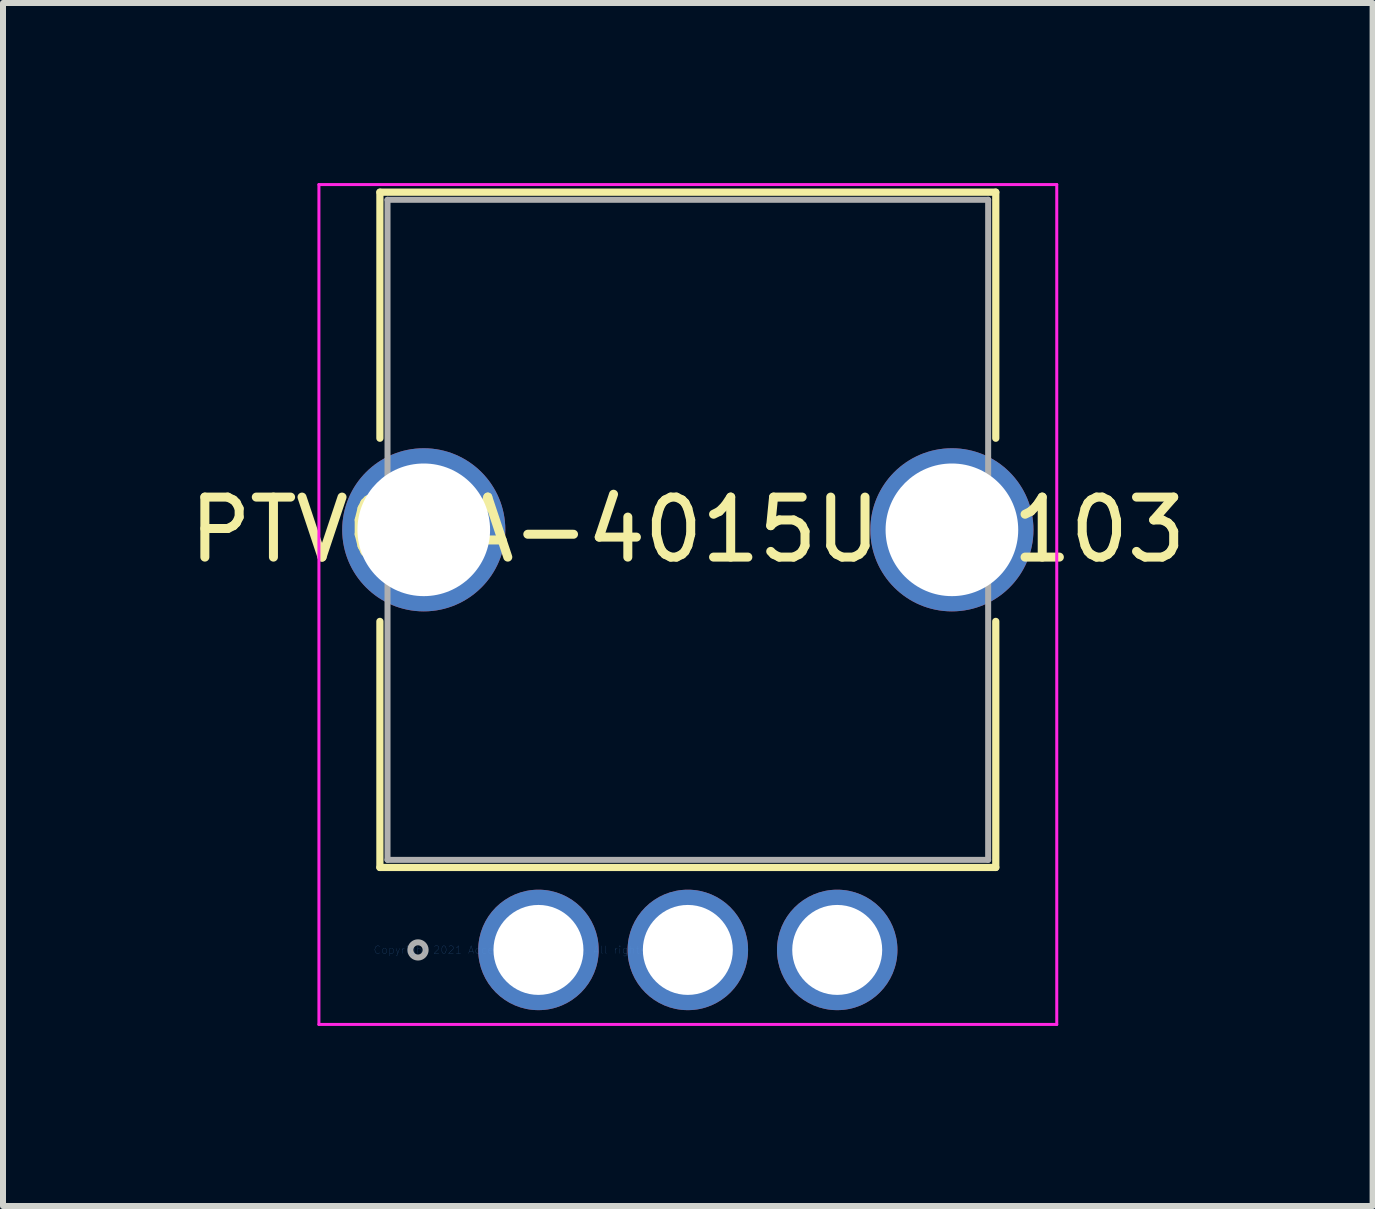
<source format=kicad_pcb>
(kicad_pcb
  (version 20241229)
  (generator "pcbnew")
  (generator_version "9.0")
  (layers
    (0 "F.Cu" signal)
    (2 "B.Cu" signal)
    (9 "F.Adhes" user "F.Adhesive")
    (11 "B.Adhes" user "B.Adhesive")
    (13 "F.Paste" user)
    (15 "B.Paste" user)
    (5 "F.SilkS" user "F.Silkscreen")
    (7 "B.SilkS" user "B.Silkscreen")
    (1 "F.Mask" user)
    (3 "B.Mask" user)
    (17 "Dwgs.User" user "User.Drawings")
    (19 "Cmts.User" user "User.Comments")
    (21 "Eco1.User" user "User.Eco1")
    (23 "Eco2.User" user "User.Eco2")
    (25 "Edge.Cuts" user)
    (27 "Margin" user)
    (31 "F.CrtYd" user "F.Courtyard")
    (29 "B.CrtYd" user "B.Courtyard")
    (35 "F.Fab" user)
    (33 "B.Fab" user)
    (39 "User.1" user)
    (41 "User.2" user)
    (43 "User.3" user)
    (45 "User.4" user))
  (footprint "PTV09A-4015U-B103"
    (layer "F.Cu")
    (at 5.922 12.778)
    (property "Reference" "PTV09A-4015U-B103" (at 2.489 -7 0) (layer "F.SilkS") (effects (font (size 1 1) (thickness 0.15))))
    (attr through_hole)
    (fp_line (start -2.642 -12.626) (end 7.62 -12.626) (stroke (width 0.12) (type solid)) (layer "F.SilkS"))
    (fp_line (start -2.642 -8.526) (end -2.642 -12.626) (stroke (width 0.12) (type solid)) (layer "F.SilkS"))
    (fp_line (start -2.642 -1.374) (end -2.642 -5.474) (stroke (width 0.12) (type solid)) (layer "F.SilkS"))
    (fp_line (start 7.62 -12.626) (end 7.62 -8.526) (stroke (width 0.12) (type solid)) (layer "F.SilkS"))
    (fp_line (start 7.62 -5.474) (end 7.62 -1.374) (stroke (width 0.12) (type solid)) (layer "F.SilkS"))
    (fp_line (start 7.62 -1.374) (end -2.642 -1.374) (stroke (width 0.12) (type solid)) (layer "F.SilkS"))
    (fp_line (start -3.658 -12.753) (end 8.636 -12.753) (stroke (width 0.05) (type solid)) (layer "F.CrtYd"))
    (fp_line (start -3.658 1.242) (end -3.658 -12.753) (stroke (width 0.05) (type solid)) (layer "F.CrtYd"))
    (fp_line (start 8.636 -12.753) (end 8.636 1.242) (stroke (width 0.05) (type solid)) (layer "F.CrtYd"))
    (fp_line (start 8.636 1.242) (end -3.658 1.242) (stroke (width 0.05) (type solid)) (layer "F.CrtYd"))
    (fp_line (start -2.515 -12.499) (end 7.493 -12.499) (stroke (width 0.1) (type solid)) (layer "F.Fab"))
    (fp_line (start -2.515 -1.501) (end -2.515 -12.499) (stroke (width 0.1) (type solid)) (layer "F.Fab"))
    (fp_line (start 7.493 -12.499) (end 7.493 -1.501) (stroke (width 0.1) (type solid)) (layer "F.Fab"))
    (fp_line (start 7.493 -1.501) (end -2.515 -1.501) (stroke (width 0.1) (type solid)) (layer "F.Fab"))
    (fp_circle (center -2.007 0) (end -1.88 0) (stroke (width 0.1) (type solid)) (fill no) (layer "F.Fab"))
    (fp_text user "*" (at 0 0 0) (layer "F.SilkS") (effects (font (size 1 1) (thickness 0.15))))
    (fp_text user "Copyright 2021 Accelerated Designs. All rights reserved." (at 0 0 0) (layer "Cmts.User") (effects (font (size 0.127 0.127) (thickness 0.002))))
    (fp_text user "*" (at 0 0 0) (layer "F.Fab") (effects (font (size 1 1) (thickness 0.15))))
    (pad "1" thru_hole circle (at 0 0) (size 2.007 2.007) (drill 1.499) (layers "*.Cu" "*.Mask"))
    (pad "2" thru_hole circle (at 2.489 0) (size 2.007 2.007) (drill 1.499) (layers "*.Cu" "*.Mask"))
    (pad "3" thru_hole circle (at 4.978 0) (size 2.007 2.007) (drill 1.499) (layers "*.Cu" "*.Mask"))
    (pad "4" thru_hole circle (at -1.911 -7) (size 2.718 2.718) (drill 2.21) (layers "*.Cu" "*.Mask"))
    (pad "5" thru_hole circle (at 6.889 -7) (size 2.718 2.718) (drill 2.21) (layers "*.Cu" "*.Mask")))
  (gr_rect
    (start -3 -3)
    (end 19.821 17.045)
    (stroke (width 0.1) (type default))
    (fill no)
    (layer "Edge.Cuts")))
</source>
